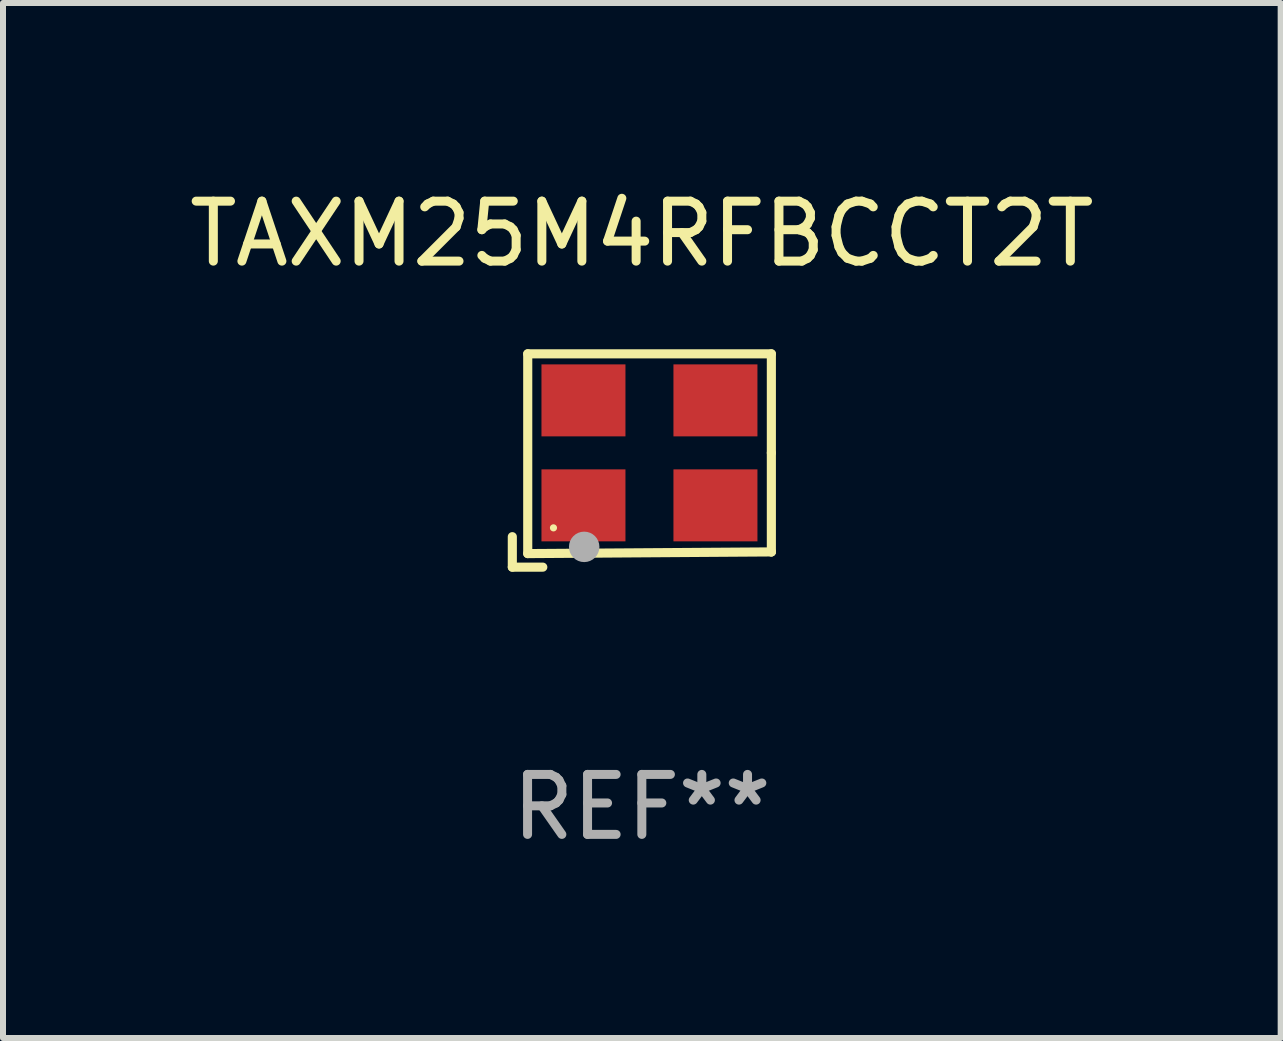
<source format=kicad_pcb>
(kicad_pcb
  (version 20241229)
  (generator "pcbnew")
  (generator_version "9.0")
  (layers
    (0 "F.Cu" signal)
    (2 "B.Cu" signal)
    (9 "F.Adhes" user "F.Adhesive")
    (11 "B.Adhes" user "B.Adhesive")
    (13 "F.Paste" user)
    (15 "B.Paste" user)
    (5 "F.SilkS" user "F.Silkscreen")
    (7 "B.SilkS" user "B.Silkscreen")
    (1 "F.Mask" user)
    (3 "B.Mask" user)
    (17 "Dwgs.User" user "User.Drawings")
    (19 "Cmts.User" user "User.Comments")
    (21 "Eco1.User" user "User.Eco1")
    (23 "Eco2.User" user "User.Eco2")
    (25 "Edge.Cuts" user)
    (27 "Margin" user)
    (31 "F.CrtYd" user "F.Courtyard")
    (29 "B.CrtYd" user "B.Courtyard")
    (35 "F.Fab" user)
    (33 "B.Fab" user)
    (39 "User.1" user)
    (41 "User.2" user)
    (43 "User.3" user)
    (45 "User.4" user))
  (footprint "TAXM25M4RFBCCT2T"
    (layer "F.Cu")
    (at 7.649 4.626)
    (property "Reference" "TAXM25M4RFBCCT2T" (at 0 -3.778 0) (layer "F.SilkS") (effects (font (size 1 1) (thickness 0.15))))
    (attr through_hole)
    (fp_line (start -2.159 1.27) (end -2.159 1.778) (stroke (width 0.152) (type solid)) (layer "F.SilkS"))
    (fp_line (start -2.159 1.778) (end -1.651 1.778) (stroke (width 0.152) (type solid)) (layer "F.SilkS"))
    (fp_line (start -1.902 -1.778) (end 2.159 -1.778) (stroke (width 0.152) (type solid)) (layer "F.SilkS"))
    (fp_line (start -1.902 1.552) (end -1.902 -1.778) (stroke (width 0.152) (type solid)) (layer "F.SilkS"))
    (fp_line (start 2.159 -1.778) (end 2.159 -0.127) (stroke (width 0.152) (type solid)) (layer "F.SilkS"))
    (fp_line (start 2.159 -0.127) (end 2.159 1.524) (stroke (width 0.152) (type solid)) (layer "F.SilkS"))
    (fp_line (start 2.159 1.524) (end -1.902 1.552) (stroke (width 0.152) (type solid)) (layer "F.SilkS"))
    (fp_line (start 2.159 1.524) (end 2.159 1.524) (stroke (width 0.152) (type solid)) (layer "F.SilkS"))
    (fp_circle (center -1.473 1.123) (end -1.443 1.123) (stroke (width 0.06) (type solid)) (fill no) (layer "F.SilkS"))
    (fp_circle (center -0.961 1.44) (end -0.834 1.44) (stroke (width 0.254) (type solid)) (fill no) (layer "F.Fab"))
    (fp_text user "REF**" (at 0 5.778 0) (layer "F.Fab") (effects (font (size 1 1) (thickness 0.15))))
    (pad "1" smd rect (at -0.973 0.748) (size 1.4 1.2) (layers "F.Cu" "F.Mask" "F.Paste"))
    (pad "2" smd rect (at 1.227 0.748) (size 1.4 1.2) (layers "F.Cu" "F.Mask" "F.Paste"))
    (pad "3" smd rect (at 1.227 -1.002) (size 1.4 1.2) (layers "F.Cu" "F.Mask" "F.Paste"))
    (pad "4" smd rect (at -0.973 -1.002) (size 1.4 1.2) (layers "F.Cu" "F.Mask" "F.Paste")))
  (gr_rect
    (start -3 -3)
    (end 18.298 14.253)
    (stroke (width 0.1) (type default))
    (fill no)
    (layer "Edge.Cuts")))
</source>
